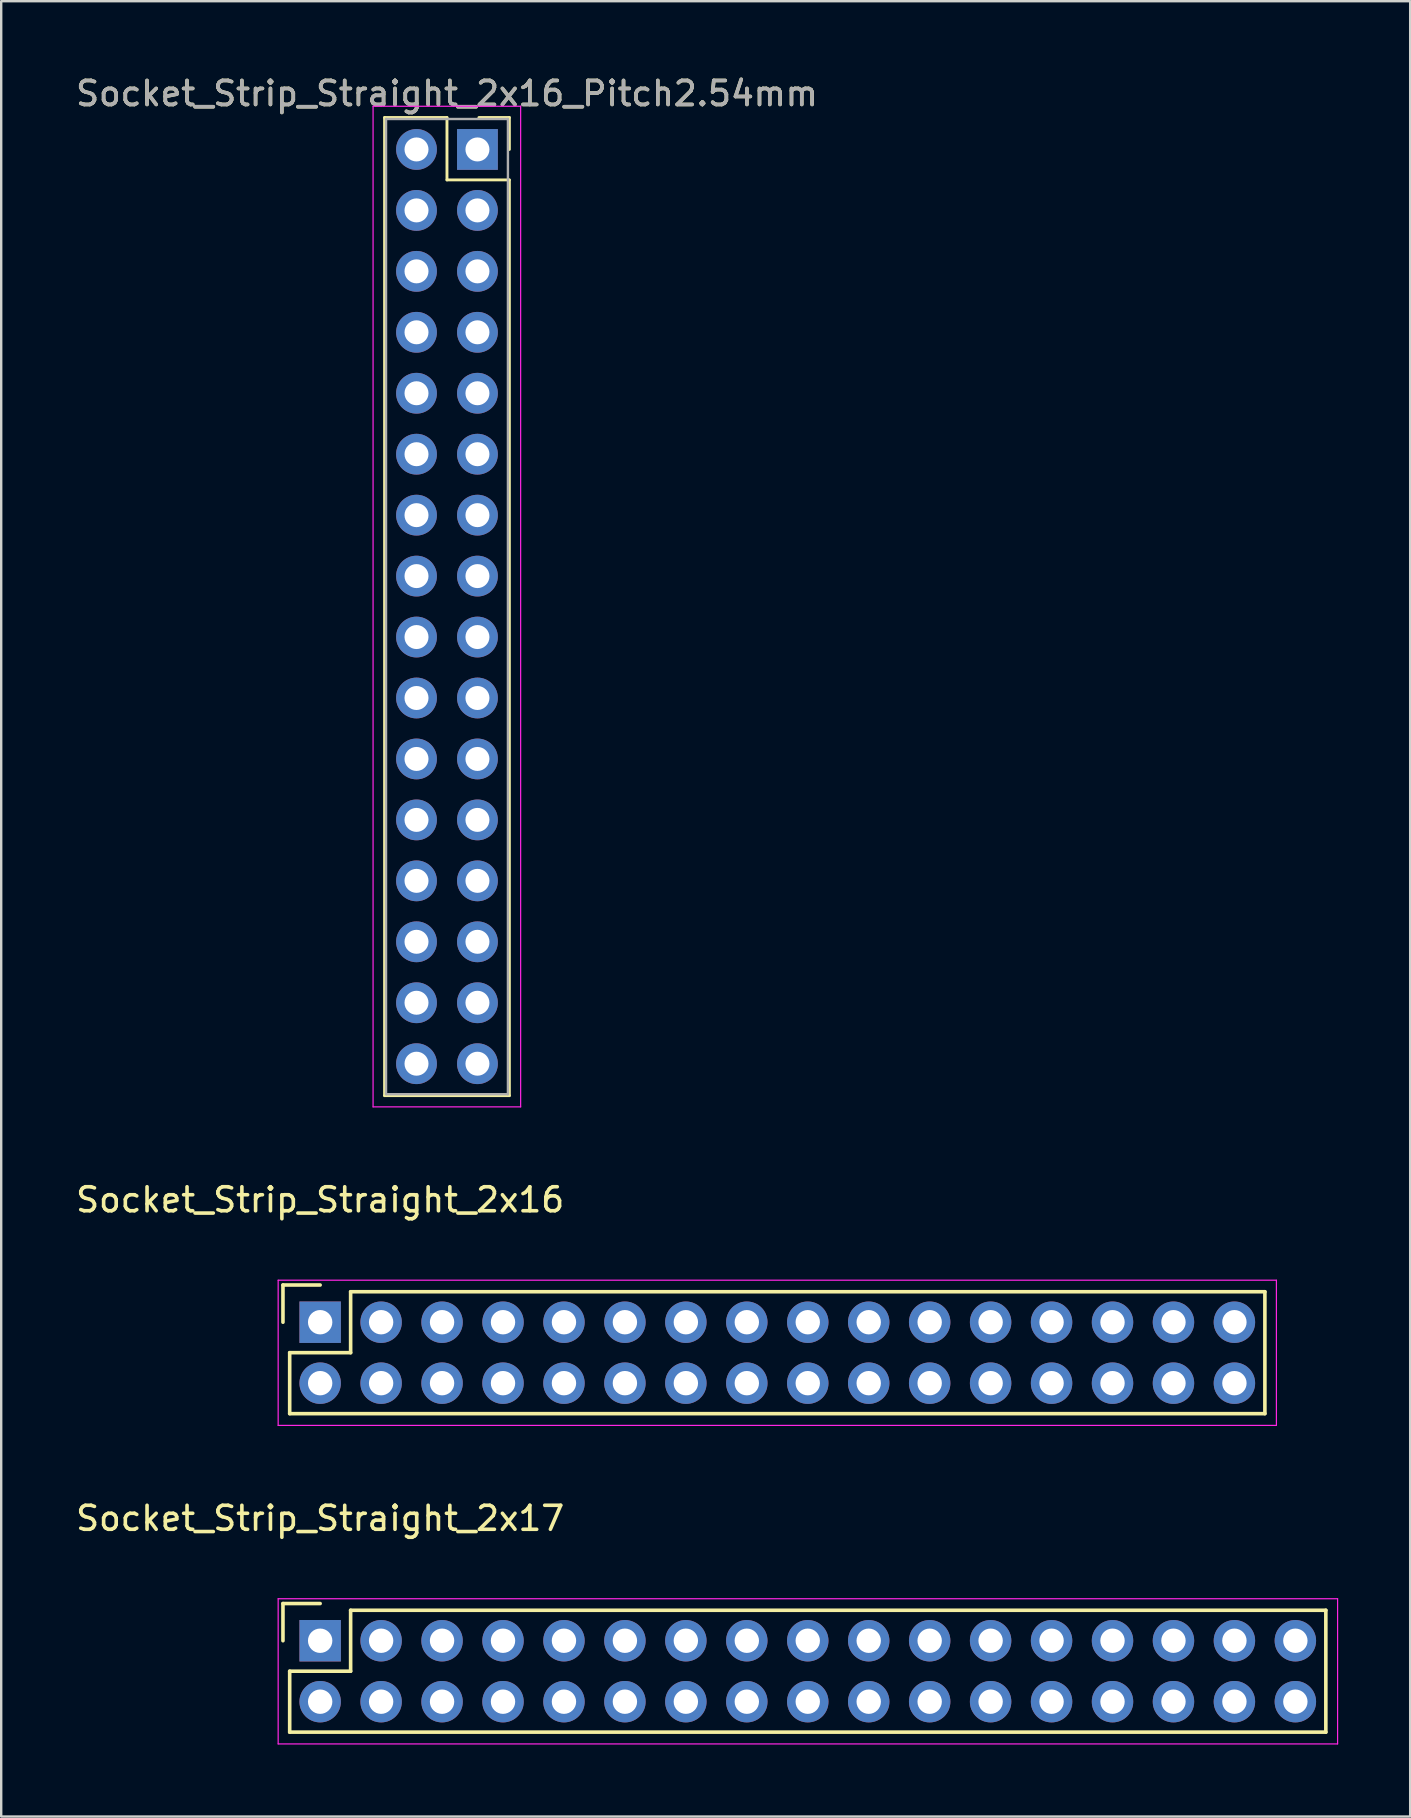
<source format=kicad_pcb>
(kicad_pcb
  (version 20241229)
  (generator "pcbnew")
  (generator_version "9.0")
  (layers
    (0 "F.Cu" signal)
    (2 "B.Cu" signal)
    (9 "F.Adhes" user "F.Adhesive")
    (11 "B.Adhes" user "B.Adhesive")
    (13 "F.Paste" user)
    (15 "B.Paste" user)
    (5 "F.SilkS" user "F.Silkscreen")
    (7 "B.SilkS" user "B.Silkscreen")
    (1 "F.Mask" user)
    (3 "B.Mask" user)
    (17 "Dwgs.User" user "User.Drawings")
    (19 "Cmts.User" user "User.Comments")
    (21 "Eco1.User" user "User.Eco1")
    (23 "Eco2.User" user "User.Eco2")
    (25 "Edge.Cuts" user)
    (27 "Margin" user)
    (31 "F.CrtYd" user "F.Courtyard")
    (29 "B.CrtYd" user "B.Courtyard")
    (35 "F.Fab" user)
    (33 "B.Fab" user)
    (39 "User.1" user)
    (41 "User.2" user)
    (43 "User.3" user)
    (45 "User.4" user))
  (footprint "Socket_Strip_Straight_2x16_Pitch2.54mm"
    (layer "F.Cu")
    (at 16.847 3.178)
    (property "Reference" "Socket_Strip_Straight_2x16_Pitch2.54mm" (at -1.27 -2.33 0) (layer "F.SilkS") (effects (font (size 1 1) (thickness 0.15))))
    (attr through_hole)
    (fp_line (start -3.87 -1.33) (end -1.27 -1.33) (stroke (width 0.12) (type solid)) (layer "F.SilkS"))
    (fp_line (start -3.87 39.43) (end -3.87 -1.33) (stroke (width 0.12) (type solid)) (layer "F.SilkS"))
    (fp_line (start -1.27 -1.33) (end -1.27 1.27) (stroke (width 0.12) (type solid)) (layer "F.SilkS"))
    (fp_line (start -1.27 1.27) (end 1.33 1.27) (stroke (width 0.12) (type solid)) (layer "F.SilkS"))
    (fp_line (start 1.33 -1.33) (end 0.06 -1.33) (stroke (width 0.12) (type solid)) (layer "F.SilkS"))
    (fp_line (start 1.33 0) (end 1.33 -1.33) (stroke (width 0.12) (type solid)) (layer "F.SilkS"))
    (fp_line (start 1.33 1.27) (end 1.33 39.43) (stroke (width 0.12) (type solid)) (layer "F.SilkS"))
    (fp_line (start 1.33 39.43) (end -3.87 39.43) (stroke (width 0.12) (type solid)) (layer "F.SilkS"))
    (fp_line (start -4.35 -1.8) (end -4.35 39.9) (stroke (width 0.05) (type solid)) (layer "F.CrtYd"))
    (fp_line (start -4.35 39.9) (end 1.8 39.9) (stroke (width 0.05) (type solid)) (layer "F.CrtYd"))
    (fp_line (start 1.8 -1.8) (end -4.35 -1.8) (stroke (width 0.05) (type solid)) (layer "F.CrtYd"))
    (fp_line (start 1.8 39.9) (end 1.8 -1.8) (stroke (width 0.05) (type solid)) (layer "F.CrtYd"))
    (fp_line (start -3.81 -1.27) (end -3.81 39.37) (stroke (width 0.1) (type solid)) (layer "F.Fab"))
    (fp_line (start -3.81 39.37) (end 1.27 39.37) (stroke (width 0.1) (type solid)) (layer "F.Fab"))
    (fp_line (start 1.27 -1.27) (end -3.81 -1.27) (stroke (width 0.1) (type solid)) (layer "F.Fab"))
    (fp_line (start 1.27 39.37) (end 1.27 -1.27) (stroke (width 0.1) (type solid)) (layer "F.Fab"))
    (fp_text user "${REFERENCE}" (at -1.27 -2.33 0) (layer "F.Fab") (effects (font (size 1 1) (thickness 0.15))))
    (pad "1" thru_hole rect (at 0 0) (size 1.7 1.7) (drill 1) (layers "*.Cu" "*.Mask"))
    (pad "2" thru_hole oval (at -2.54 0) (size 1.7 1.7) (drill 1) (layers "*.Cu" "*.Mask"))
    (pad "3" thru_hole oval (at 0 2.54) (size 1.7 1.7) (drill 1) (layers "*.Cu" "*.Mask"))
    (pad "4" thru_hole oval (at -2.54 2.54) (size 1.7 1.7) (drill 1) (layers "*.Cu" "*.Mask"))
    (pad "5" thru_hole oval (at 0 5.08) (size 1.7 1.7) (drill 1) (layers "*.Cu" "*.Mask"))
    (pad "6" thru_hole oval (at -2.54 5.08) (size 1.7 1.7) (drill 1) (layers "*.Cu" "*.Mask"))
    (pad "7" thru_hole oval (at 0 7.62) (size 1.7 1.7) (drill 1) (layers "*.Cu" "*.Mask"))
    (pad "8" thru_hole oval (at -2.54 7.62) (size 1.7 1.7) (drill 1) (layers "*.Cu" "*.Mask"))
    (pad "9" thru_hole oval (at 0 10.16) (size 1.7 1.7) (drill 1) (layers "*.Cu" "*.Mask"))
    (pad "10" thru_hole oval (at -2.54 10.16) (size 1.7 1.7) (drill 1) (layers "*.Cu" "*.Mask"))
    (pad "11" thru_hole oval (at 0 12.7) (size 1.7 1.7) (drill 1) (layers "*.Cu" "*.Mask"))
    (pad "12" thru_hole oval (at -2.54 12.7) (size 1.7 1.7) (drill 1) (layers "*.Cu" "*.Mask"))
    (pad "13" thru_hole oval (at 0 15.24) (size 1.7 1.7) (drill 1) (layers "*.Cu" "*.Mask"))
    (pad "14" thru_hole oval (at -2.54 15.24) (size 1.7 1.7) (drill 1) (layers "*.Cu" "*.Mask"))
    (pad "15" thru_hole oval (at 0 17.78) (size 1.7 1.7) (drill 1) (layers "*.Cu" "*.Mask"))
    (pad "16" thru_hole oval (at -2.54 17.78) (size 1.7 1.7) (drill 1) (layers "*.Cu" "*.Mask"))
    (pad "17" thru_hole oval (at 0 20.32) (size 1.7 1.7) (drill 1) (layers "*.Cu" "*.Mask"))
    (pad "18" thru_hole oval (at -2.54 20.32) (size 1.7 1.7) (drill 1) (layers "*.Cu" "*.Mask"))
    (pad "19" thru_hole oval (at 0 22.86) (size 1.7 1.7) (drill 1) (layers "*.Cu" "*.Mask"))
    (pad "20" thru_hole oval (at -2.54 22.86) (size 1.7 1.7) (drill 1) (layers "*.Cu" "*.Mask"))
    (pad "21" thru_hole oval (at 0 25.4) (size 1.7 1.7) (drill 1) (layers "*.Cu" "*.Mask"))
    (pad "22" thru_hole oval (at -2.54 25.4) (size 1.7 1.7) (drill 1) (layers "*.Cu" "*.Mask"))
    (pad "23" thru_hole oval (at 0 27.94) (size 1.7 1.7) (drill 1) (layers "*.Cu" "*.Mask"))
    (pad "24" thru_hole oval (at -2.54 27.94) (size 1.7 1.7) (drill 1) (layers "*.Cu" "*.Mask"))
    (pad "25" thru_hole oval (at 0 30.48) (size 1.7 1.7) (drill 1) (layers "*.Cu" "*.Mask"))
    (pad "26" thru_hole oval (at -2.54 30.48) (size 1.7 1.7) (drill 1) (layers "*.Cu" "*.Mask"))
    (pad "27" thru_hole oval (at 0 33.02) (size 1.7 1.7) (drill 1) (layers "*.Cu" "*.Mask"))
    (pad "28" thru_hole oval (at -2.54 33.02) (size 1.7 1.7) (drill 1) (layers "*.Cu" "*.Mask"))
    (pad "29" thru_hole oval (at 0 35.56) (size 1.7 1.7) (drill 1) (layers "*.Cu" "*.Mask"))
    (pad "30" thru_hole oval (at -2.54 35.56) (size 1.7 1.7) (drill 1) (layers "*.Cu" "*.Mask"))
    (pad "31" thru_hole oval (at 0 38.1) (size 1.7 1.7) (drill 1) (layers "*.Cu" "*.Mask"))
    (pad "32" thru_hole oval (at -2.54 38.1) (size 1.7 1.7) (drill 1) (layers "*.Cu" "*.Mask")))
  (footprint "Socket_Strip_Straight_2x16"
    (layer "F.Cu")
    (at 10.292 52.051)
    (property "Reference" "Socket_Strip_Straight_2x16" (at 0 -5.1 0) (layer "F.SilkS") (effects (font (size 1 1) (thickness 0.15))))
    (attr through_hole)
    (fp_line (start -1.55 -1.55) (end -1.55 0) (stroke (width 0.15) (type solid)) (layer "F.SilkS"))
    (fp_line (start -1.27 1.27) (end 1.27 1.27) (stroke (width 0.15) (type solid)) (layer "F.SilkS"))
    (fp_line (start -1.27 3.81) (end -1.27 1.27) (stroke (width 0.15) (type solid)) (layer "F.SilkS"))
    (fp_line (start 0 -1.55) (end -1.55 -1.55) (stroke (width 0.15) (type solid)) (layer "F.SilkS"))
    (fp_line (start 1.27 -1.27) (end 39.37 -1.27) (stroke (width 0.15) (type solid)) (layer "F.SilkS"))
    (fp_line (start 1.27 1.27) (end 1.27 -1.27) (stroke (width 0.15) (type solid)) (layer "F.SilkS"))
    (fp_line (start 39.37 3.81) (end -1.27 3.81) (stroke (width 0.15) (type solid)) (layer "F.SilkS"))
    (fp_line (start 39.37 3.81) (end 39.37 -1.27) (stroke (width 0.15) (type solid)) (layer "F.SilkS"))
    (fp_line (start -1.75 -1.75) (end -1.75 4.3) (stroke (width 0.05) (type solid)) (layer "F.CrtYd"))
    (fp_line (start -1.75 -1.75) (end 39.85 -1.75) (stroke (width 0.05) (type solid)) (layer "F.CrtYd"))
    (fp_line (start -1.75 4.3) (end 39.85 4.3) (stroke (width 0.05) (type solid)) (layer "F.CrtYd"))
    (fp_line (start 39.85 -1.75) (end 39.85 4.3) (stroke (width 0.05) (type solid)) (layer "F.CrtYd"))
    (pad "1" thru_hole rect (at 0 0) (size 1.727 1.727) (drill 1.016) (layers "*.Cu" "*.Mask"))
    (pad "2" thru_hole oval (at 0 2.54) (size 1.727 1.727) (drill 1.016) (layers "*.Cu" "*.Mask"))
    (pad "3" thru_hole oval (at 2.54 0) (size 1.727 1.727) (drill 1.016) (layers "*.Cu" "*.Mask"))
    (pad "4" thru_hole oval (at 2.54 2.54) (size 1.727 1.727) (drill 1.016) (layers "*.Cu" "*.Mask"))
    (pad "5" thru_hole oval (at 5.08 0) (size 1.727 1.727) (drill 1.016) (layers "*.Cu" "*.Mask"))
    (pad "6" thru_hole oval (at 5.08 2.54) (size 1.727 1.727) (drill 1.016) (layers "*.Cu" "*.Mask"))
    (pad "7" thru_hole oval (at 7.62 0) (size 1.727 1.727) (drill 1.016) (layers "*.Cu" "*.Mask"))
    (pad "8" thru_hole oval (at 7.62 2.54) (size 1.727 1.727) (drill 1.016) (layers "*.Cu" "*.Mask"))
    (pad "9" thru_hole oval (at 10.16 0) (size 1.727 1.727) (drill 1.016) (layers "*.Cu" "*.Mask"))
    (pad "10" thru_hole oval (at 10.16 2.54) (size 1.727 1.727) (drill 1.016) (layers "*.Cu" "*.Mask"))
    (pad "11" thru_hole oval (at 12.7 0) (size 1.727 1.727) (drill 1.016) (layers "*.Cu" "*.Mask"))
    (pad "12" thru_hole oval (at 12.7 2.54) (size 1.727 1.727) (drill 1.016) (layers "*.Cu" "*.Mask"))
    (pad "13" thru_hole oval (at 15.24 0) (size 1.727 1.727) (drill 1.016) (layers "*.Cu" "*.Mask"))
    (pad "14" thru_hole oval (at 15.24 2.54) (size 1.727 1.727) (drill 1.016) (layers "*.Cu" "*.Mask"))
    (pad "15" thru_hole oval (at 17.78 0) (size 1.727 1.727) (drill 1.016) (layers "*.Cu" "*.Mask"))
    (pad "16" thru_hole oval (at 17.78 2.54) (size 1.727 1.727) (drill 1.016) (layers "*.Cu" "*.Mask"))
    (pad "17" thru_hole oval (at 20.32 0) (size 1.727 1.727) (drill 1.016) (layers "*.Cu" "*.Mask"))
    (pad "18" thru_hole oval (at 20.32 2.54) (size 1.727 1.727) (drill 1.016) (layers "*.Cu" "*.Mask"))
    (pad "19" thru_hole oval (at 22.86 0) (size 1.727 1.727) (drill 1.016) (layers "*.Cu" "*.Mask"))
    (pad "20" thru_hole oval (at 22.86 2.54) (size 1.727 1.727) (drill 1.016) (layers "*.Cu" "*.Mask"))
    (pad "21" thru_hole oval (at 25.4 0) (size 1.727 1.727) (drill 1.016) (layers "*.Cu" "*.Mask"))
    (pad "22" thru_hole oval (at 25.4 2.54) (size 1.727 1.727) (drill 1.016) (layers "*.Cu" "*.Mask"))
    (pad "23" thru_hole oval (at 27.94 0) (size 1.727 1.727) (drill 1.016) (layers "*.Cu" "*.Mask"))
    (pad "24" thru_hole oval (at 27.94 2.54) (size 1.727 1.727) (drill 1.016) (layers "*.Cu" "*.Mask"))
    (pad "25" thru_hole oval (at 30.48 0) (size 1.727 1.727) (drill 1.016) (layers "*.Cu" "*.Mask"))
    (pad "26" thru_hole oval (at 30.48 2.54) (size 1.727 1.727) (drill 1.016) (layers "*.Cu" "*.Mask"))
    (pad "27" thru_hole oval (at 33.02 0) (size 1.727 1.727) (drill 1.016) (layers "*.Cu" "*.Mask"))
    (pad "28" thru_hole oval (at 33.02 2.54) (size 1.727 1.727) (drill 1.016) (layers "*.Cu" "*.Mask"))
    (pad "29" thru_hole oval (at 35.56 0) (size 1.727 1.727) (drill 1.016) (layers "*.Cu" "*.Mask"))
    (pad "30" thru_hole oval (at 35.56 2.54) (size 1.727 1.727) (drill 1.016) (layers "*.Cu" "*.Mask"))
    (pad "31" thru_hole oval (at 38.1 0) (size 1.727 1.727) (drill 1.016) (layers "*.Cu" "*.Mask"))
    (pad "32" thru_hole oval (at 38.1 2.54) (size 1.727 1.727) (drill 1.016) (layers "*.Cu" "*.Mask")))
  (footprint "Socket_Strip_Straight_2x17"
    (layer "F.Cu")
    (at 10.292 65.325)
    (property "Reference" "Socket_Strip_Straight_2x17" (at 0 -5.1 0) (layer "F.SilkS") (effects (font (size 1 1) (thickness 0.15))))
    (attr through_hole)
    (fp_line (start -1.55 -1.55) (end -1.55 0) (stroke (width 0.15) (type solid)) (layer "F.SilkS"))
    (fp_line (start -1.27 1.27) (end 1.27 1.27) (stroke (width 0.15) (type solid)) (layer "F.SilkS"))
    (fp_line (start -1.27 3.81) (end -1.27 1.27) (stroke (width 0.15) (type solid)) (layer "F.SilkS"))
    (fp_line (start 0 -1.55) (end -1.55 -1.55) (stroke (width 0.15) (type solid)) (layer "F.SilkS"))
    (fp_line (start 1.27 -1.27) (end 41.91 -1.27) (stroke (width 0.15) (type solid)) (layer "F.SilkS"))
    (fp_line (start 1.27 1.27) (end 1.27 -1.27) (stroke (width 0.15) (type solid)) (layer "F.SilkS"))
    (fp_line (start 41.91 3.81) (end -1.27 3.81) (stroke (width 0.15) (type solid)) (layer "F.SilkS"))
    (fp_line (start 41.91 3.81) (end 41.91 -1.27) (stroke (width 0.15) (type solid)) (layer "F.SilkS"))
    (fp_line (start -1.75 -1.75) (end -1.75 4.3) (stroke (width 0.05) (type solid)) (layer "F.CrtYd"))
    (fp_line (start -1.75 -1.75) (end 42.4 -1.75) (stroke (width 0.05) (type solid)) (layer "F.CrtYd"))
    (fp_line (start -1.75 4.3) (end 42.4 4.3) (stroke (width 0.05) (type solid)) (layer "F.CrtYd"))
    (fp_line (start 42.4 -1.75) (end 42.4 4.3) (stroke (width 0.05) (type solid)) (layer "F.CrtYd"))
    (pad "1" thru_hole rect (at 0 0) (size 1.727 1.727) (drill 1.016) (layers "*.Cu" "*.Mask"))
    (pad "2" thru_hole oval (at 0 2.54) (size 1.727 1.727) (drill 1.016) (layers "*.Cu" "*.Mask"))
    (pad "3" thru_hole oval (at 2.54 0) (size 1.727 1.727) (drill 1.016) (layers "*.Cu" "*.Mask"))
    (pad "4" thru_hole oval (at 2.54 2.54) (size 1.727 1.727) (drill 1.016) (layers "*.Cu" "*.Mask"))
    (pad "5" thru_hole oval (at 5.08 0) (size 1.727 1.727) (drill 1.016) (layers "*.Cu" "*.Mask"))
    (pad "6" thru_hole oval (at 5.08 2.54) (size 1.727 1.727) (drill 1.016) (layers "*.Cu" "*.Mask"))
    (pad "7" thru_hole oval (at 7.62 0) (size 1.727 1.727) (drill 1.016) (layers "*.Cu" "*.Mask"))
    (pad "8" thru_hole oval (at 7.62 2.54) (size 1.727 1.727) (drill 1.016) (layers "*.Cu" "*.Mask"))
    (pad "9" thru_hole oval (at 10.16 0) (size 1.727 1.727) (drill 1.016) (layers "*.Cu" "*.Mask"))
    (pad "10" thru_hole oval (at 10.16 2.54) (size 1.727 1.727) (drill 1.016) (layers "*.Cu" "*.Mask"))
    (pad "11" thru_hole oval (at 12.7 0) (size 1.727 1.727) (drill 1.016) (layers "*.Cu" "*.Mask"))
    (pad "12" thru_hole oval (at 12.7 2.54) (size 1.727 1.727) (drill 1.016) (layers "*.Cu" "*.Mask"))
    (pad "13" thru_hole oval (at 15.24 0) (size 1.727 1.727) (drill 1.016) (layers "*.Cu" "*.Mask"))
    (pad "14" thru_hole oval (at 15.24 2.54) (size 1.727 1.727) (drill 1.016) (layers "*.Cu" "*.Mask"))
    (pad "15" thru_hole oval (at 17.78 0) (size 1.727 1.727) (drill 1.016) (layers "*.Cu" "*.Mask"))
    (pad "16" thru_hole oval (at 17.78 2.54) (size 1.727 1.727) (drill 1.016) (layers "*.Cu" "*.Mask"))
    (pad "17" thru_hole oval (at 20.32 0) (size 1.727 1.727) (drill 1.016) (layers "*.Cu" "*.Mask"))
    (pad "18" thru_hole oval (at 20.32 2.54) (size 1.727 1.727) (drill 1.016) (layers "*.Cu" "*.Mask"))
    (pad "19" thru_hole oval (at 22.86 0) (size 1.727 1.727) (drill 1.016) (layers "*.Cu" "*.Mask"))
    (pad "20" thru_hole oval (at 22.86 2.54) (size 1.727 1.727) (drill 1.016) (layers "*.Cu" "*.Mask"))
    (pad "21" thru_hole oval (at 25.4 0) (size 1.727 1.727) (drill 1.016) (layers "*.Cu" "*.Mask"))
    (pad "22" thru_hole oval (at 25.4 2.54) (size 1.727 1.727) (drill 1.016) (layers "*.Cu" "*.Mask"))
    (pad "23" thru_hole oval (at 27.94 0) (size 1.727 1.727) (drill 1.016) (layers "*.Cu" "*.Mask"))
    (pad "24" thru_hole oval (at 27.94 2.54) (size 1.727 1.727) (drill 1.016) (layers "*.Cu" "*.Mask"))
    (pad "25" thru_hole oval (at 30.48 0) (size 1.727 1.727) (drill 1.016) (layers "*.Cu" "*.Mask"))
    (pad "26" thru_hole oval (at 30.48 2.54) (size 1.727 1.727) (drill 1.016) (layers "*.Cu" "*.Mask"))
    (pad "27" thru_hole oval (at 33.02 0) (size 1.727 1.727) (drill 1.016) (layers "*.Cu" "*.Mask"))
    (pad "28" thru_hole oval (at 33.02 2.54) (size 1.727 1.727) (drill 1.016) (layers "*.Cu" "*.Mask"))
    (pad "29" thru_hole oval (at 35.56 0) (size 1.727 1.727) (drill 1.016) (layers "*.Cu" "*.Mask"))
    (pad "30" thru_hole oval (at 35.56 2.54) (size 1.727 1.727) (drill 1.016) (layers "*.Cu" "*.Mask"))
    (pad "31" thru_hole oval (at 38.1 0) (size 1.727 1.727) (drill 1.016) (layers "*.Cu" "*.Mask"))
    (pad "32" thru_hole oval (at 38.1 2.54) (size 1.727 1.727) (drill 1.016) (layers "*.Cu" "*.Mask"))
    (pad "33" thru_hole oval (at 40.64 0) (size 1.727 1.727) (drill 1.016) (layers "*.Cu" "*.Mask"))
    (pad "34" thru_hole oval (at 40.64 2.54) (size 1.727 1.727) (drill 1.016) (layers "*.Cu" "*.Mask")))
  (gr_rect
    (start -3 -3)
    (end 55.717 72.65)
    (stroke (width 0.1) (type default))
    (fill no)
    (layer "Edge.Cuts")))
</source>
